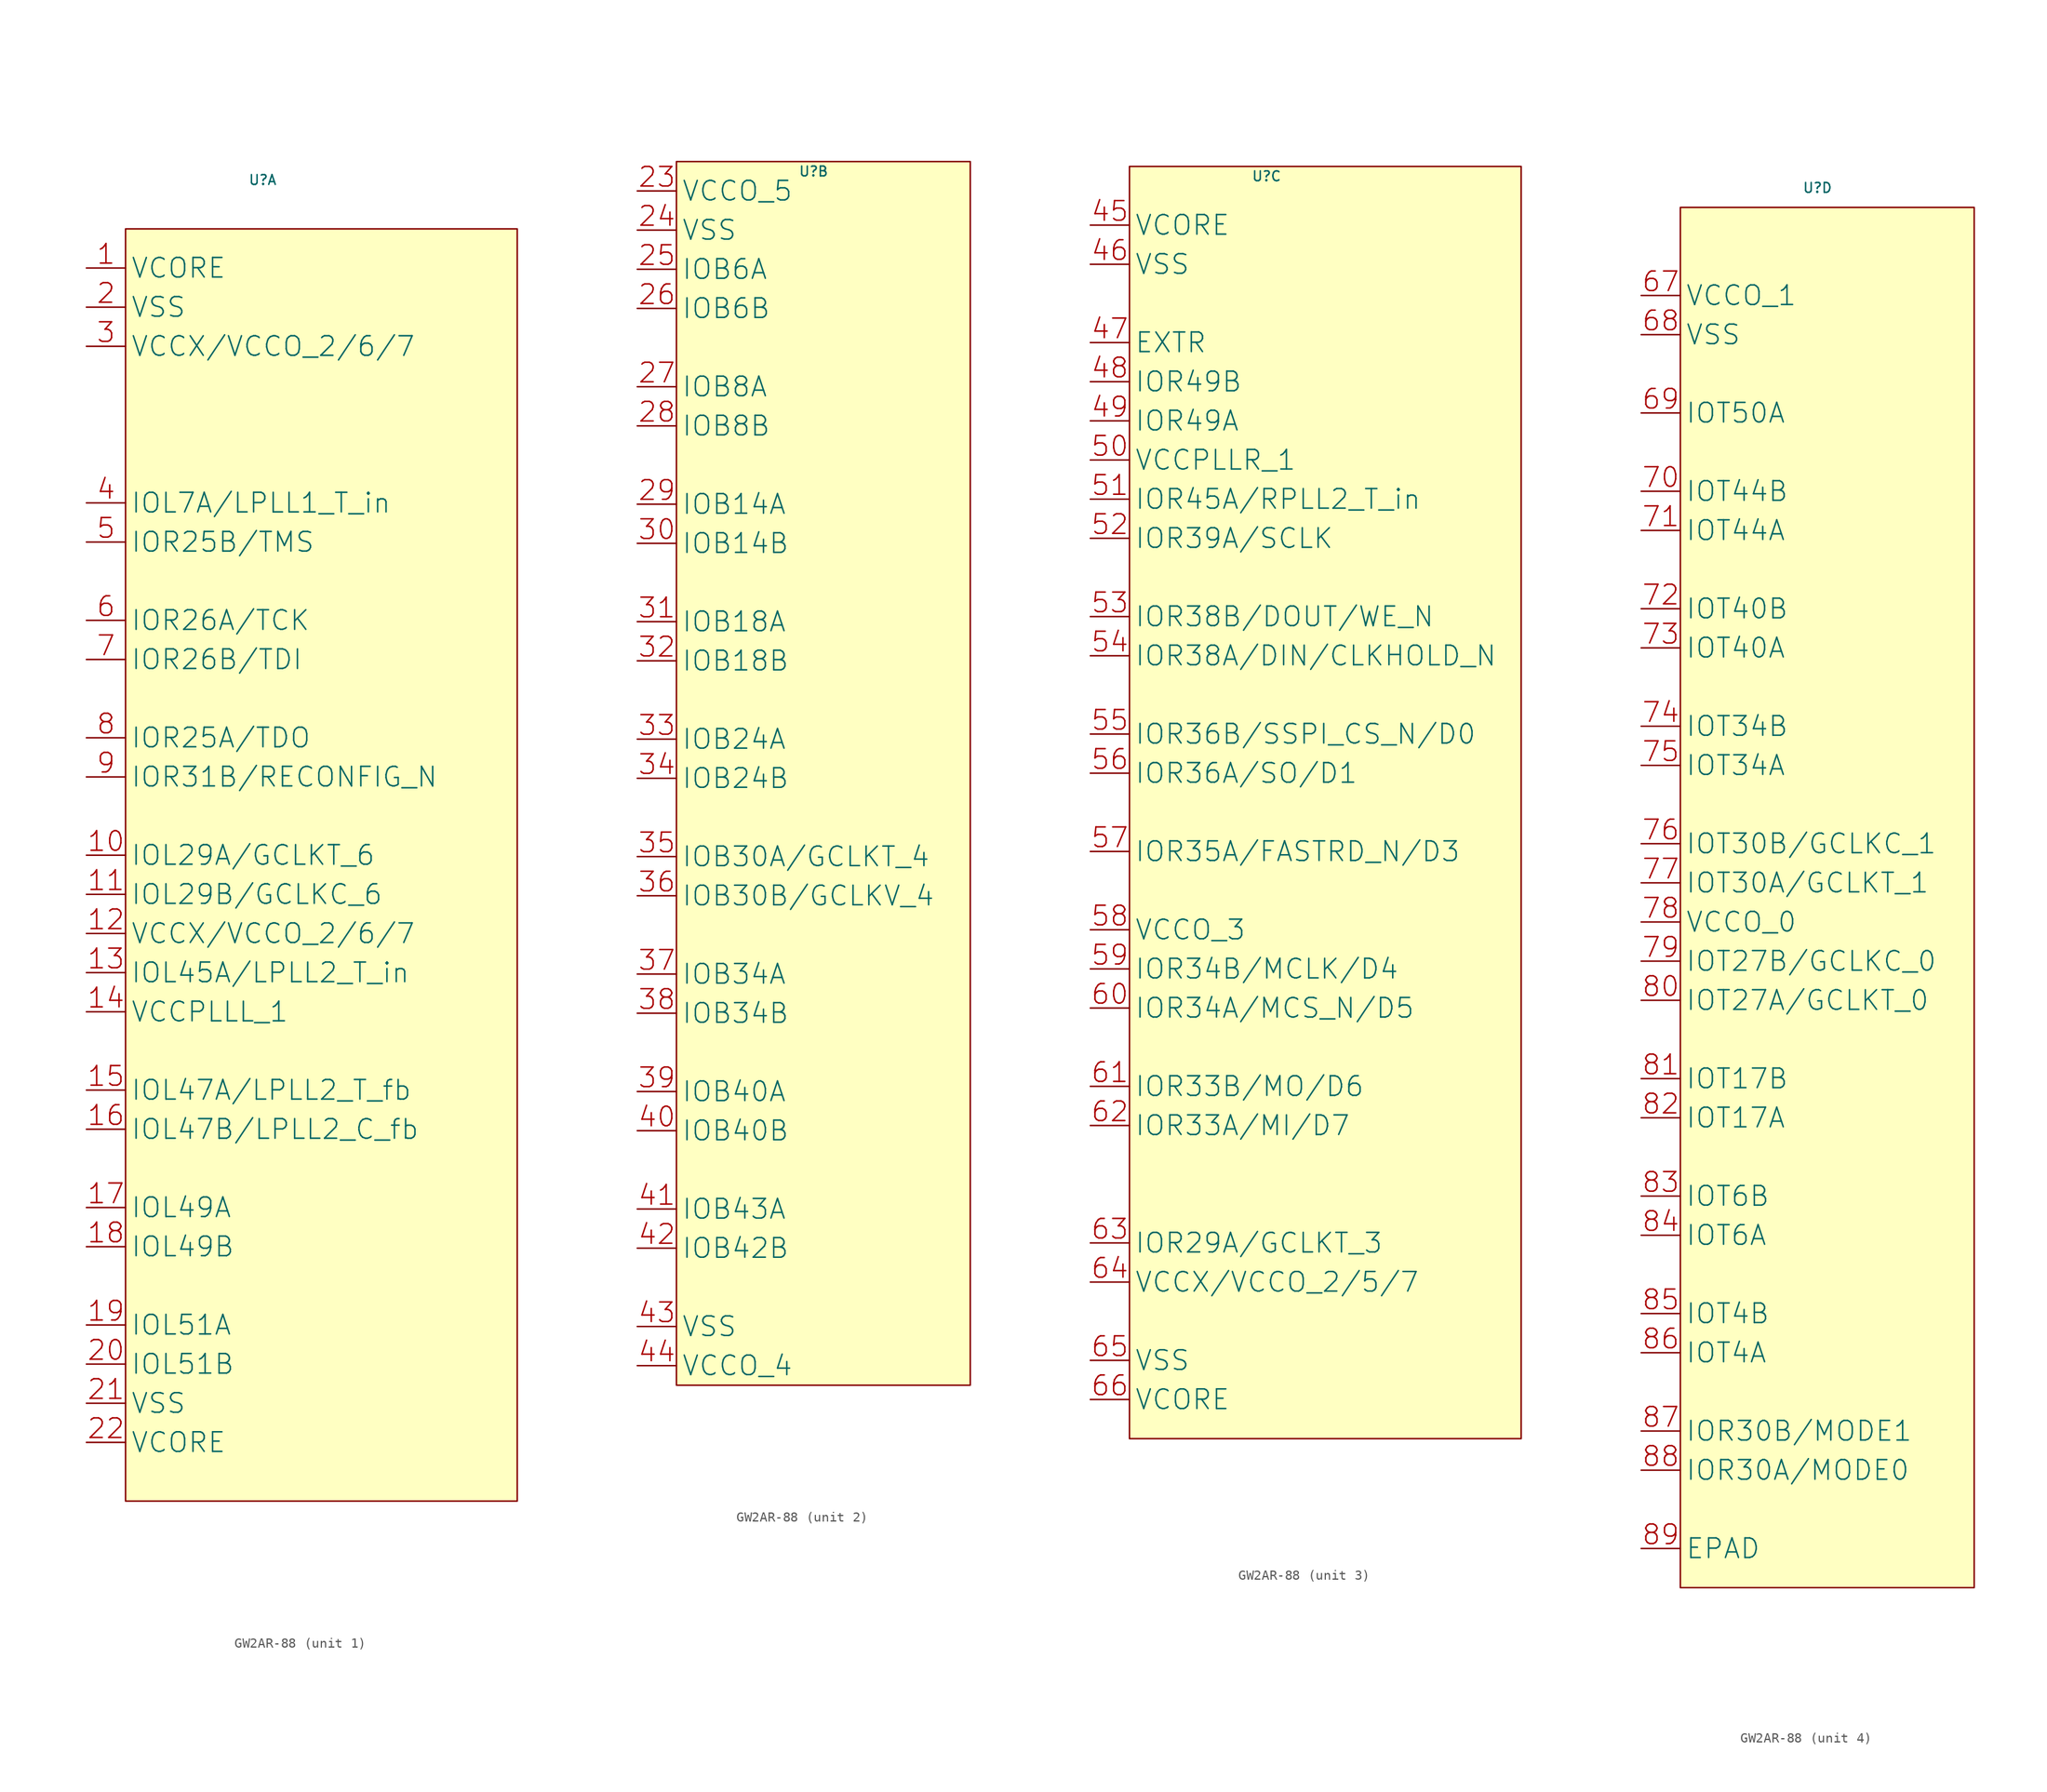
<source format=kicad_sym>
(kicad_symbol_lib
  (version 20231120)
  (generator "kicad_symbol_editor")
  (generator_version "8.0")
  (symbol "GW2AR-88"
    (pin_names
      (offset 0.5))
    (property "Reference" "U"
      (at 14 9 0)
      (effects (font (size 1 1))))
    (property "Value" ""
      (at 0 0 0)
      (effects (font (size 1 1))))
    (symbol "GW2AR-88_1_1"
      (rectangle (start 0 4) (end 40 -126) (stroke (width 0) (type default)) (fill (type background)))
      (pin power_in line (at -4 0 0) (length 4) (name "VCORE" (effects (font (size 2 2)))) (number "1" (effects (font (size 2 2)))))
      (pin bidirectional line (at -4 -60 0) (length 4) (name "IOL29A/GCLKT_6" (effects (font (size 2 2)))) (number "10" (effects (font (size 2 2)))))
      (pin bidirectional line (at -4 -64 0) (length 4) (name "IOL29B/GCLKC_6" (effects (font (size 2 2)))) (number "11" (effects (font (size 2 2)))))
      (pin power_in line (at -4 -68 0) (length 4) (name "VCCX/VCCO_2/6/7" (effects (font (size 2 2)))) (number "12" (effects (font (size 2 2)))))
      (pin bidirectional line (at -4 -72 0) (length 4) (name "IOL45A/LPLL2_T_in" (effects (font (size 2 2)))) (number "13" (effects (font (size 2 2)))))
      (pin power_in line (at -4 -76 0) (length 4) (name "VCCPLLL_1" (effects (font (size 2 2)))) (number "14" (effects (font (size 2 2)))))
      (pin bidirectional line (at -4 -84 0) (length 4) (name "IOL47A/LPLL2_T_fb" (effects (font (size 2 2)))) (number "15" (effects (font (size 2 2)))))
      (pin bidirectional line (at -4 -88 0) (length 4) (name "IOL47B/LPLL2_C_fb" (effects (font (size 2 2)))) (number "16" (effects (font (size 2 2)))))
      (pin bidirectional line (at -4 -96 0) (length 4) (name "IOL49A" (effects (font (size 2 2)))) (number "17" (effects (font (size 2 2)))))
      (pin bidirectional line (at -4 -100 0) (length 4) (name "IOL49B" (effects (font (size 2 2)))) (number "18" (effects (font (size 2 2)))))
      (pin bidirectional line (at -4 -108 0) (length 4) (name "IOL51A" (effects (font (size 2 2)))) (number "19" (effects (font (size 2 2)))))
      (pin power_in line (at -4 -4 0) (length 4) (name "VSS" (effects (font (size 2 2)))) (number "2" (effects (font (size 2 2)))))
      (pin bidirectional line (at -4 -112 0) (length 4) (name "IOL51B" (effects (font (size 2 2)))) (number "20" (effects (font (size 2 2)))))
      (pin bidirectional line (at -4 -116 0) (length 4) (name "VSS" (effects (font (size 2 2)))) (number "21" (effects (font (size 2 2)))))
      (pin bidirectional line (at -4 -120 0) (length 4) (name "VCORE" (effects (font (size 2 2)))) (number "22" (effects (font (size 2 2)))))
      (pin bidirectional line (at -4 -8 0) (length 4) (name "VCCX/VCCO_2/6/7" (effects (font (size 2 2)))) (number "3" (effects (font (size 2 2)))))
      (pin bidirectional line (at -4 -24 0) (length 4) (name "IOL7A/LPLL1_T_in" (effects (font (size 2 2)))) (number "4" (effects (font (size 2 2)))))
      (pin bidirectional line (at -4 -28 0) (length 4) (name "IOR25B/TMS" (effects (font (size 2 2)))) (number "5" (effects (font (size 2 2)))))
      (pin bidirectional line (at -4 -36 0) (length 4) (name "IOR26A/TCK" (effects (font (size 2 2)))) (number "6" (effects (font (size 2 2)))))
      (pin bidirectional line (at -4 -40 0) (length 4) (name "IOR26B/TDI" (effects (font (size 2 2)))) (number "7" (effects (font (size 2 2)))))
      (pin bidirectional line (at -4 -48 0) (length 4) (name "IOR25A/TDO" (effects (font (size 2 2)))) (number "8" (effects (font (size 2 2)))))
      (pin bidirectional line (at -4 -52 0) (length 4) (name "IOR31B/RECONFIG_N" (effects (font (size 2 2)))) (number "9" (effects (font (size 2 2))))))
    (symbol "GW2AR-88_2_1"
      (rectangle (start 0 10) (end 30 -115) (stroke (width 0) (type default)) (fill (type background)))
      (pin power_in line (at -4 7 0) (length 4) (name "VCCO_5" (effects (font (size 2 2)))) (number "23" (effects (font (size 2 2)))))
      (pin power_in line (at -4 3 0) (length 4) (name "VSS" (effects (font (size 2 2)))) (number "24" (effects (font (size 2 2)))))
      (pin bidirectional line (at -4 -1 0) (length 4) (name "IOB6A" (effects (font (size 2 2)))) (number "25" (effects (font (size 2 2)))))
      (pin bidirectional line (at -4 -5 0) (length 4) (name "IOB6B" (effects (font (size 2 2)))) (number "26" (effects (font (size 2 2)))))
      (pin bidirectional line (at -4 -13 0) (length 4) (name "IOB8A" (effects (font (size 2 2)))) (number "27" (effects (font (size 2 2)))))
      (pin bidirectional line (at -4 -17 0) (length 4) (name "IOB8B" (effects (font (size 2 2)))) (number "28" (effects (font (size 2 2)))))
      (pin bidirectional line (at -4 -25 0) (length 4) (name "IOB14A" (effects (font (size 2 2)))) (number "29" (effects (font (size 2 2)))))
      (pin bidirectional line (at -4 -29 0) (length 4) (name "IOB14B" (effects (font (size 2 2)))) (number "30" (effects (font (size 2 2)))))
      (pin bidirectional line (at -4 -37 0) (length 4) (name "IOB18A" (effects (font (size 2 2)))) (number "31" (effects (font (size 2 2)))))
      (pin bidirectional line (at -4 -41 0) (length 4) (name "IOB18B" (effects (font (size 2 2)))) (number "32" (effects (font (size 2 2)))))
      (pin bidirectional line (at -4 -49 0) (length 4) (name "IOB24A" (effects (font (size 2 2)))) (number "33" (effects (font (size 2 2)))))
      (pin bidirectional line (at -4 -53 0) (length 4) (name "IOB24B" (effects (font (size 2 2)))) (number "34" (effects (font (size 2 2)))))
      (pin bidirectional line (at -4 -61 0) (length 4) (name "IOB30A/GCLKT_4" (effects (font (size 2 2)))) (number "35" (effects (font (size 2 2)))))
      (pin bidirectional line (at -4 -65 0) (length 4) (name "IOB30B/GCLKV_4" (effects (font (size 2 2)))) (number "36" (effects (font (size 2 2)))))
      (pin bidirectional line (at -4 -73 0) (length 4) (name "IOB34A" (effects (font (size 2 2)))) (number "37" (effects (font (size 2 2)))))
      (pin bidirectional line (at -4 -77 0) (length 4) (name "IOB34B" (effects (font (size 2 2)))) (number "38" (effects (font (size 2 2)))))
      (pin bidirectional line (at -4 -85 0) (length 4) (name "IOB40A" (effects (font (size 2 2)))) (number "39" (effects (font (size 2 2)))))
      (pin bidirectional line (at -4 -89 0) (length 4) (name "IOB40B" (effects (font (size 2 2)))) (number "40" (effects (font (size 2 2)))))
      (pin bidirectional line (at -4 -97 0) (length 4) (name "IOB43A" (effects (font (size 2 2)))) (number "41" (effects (font (size 2 2)))))
      (pin bidirectional line (at -4 -101 0) (length 4) (name "IOB42B" (effects (font (size 2 2)))) (number "42" (effects (font (size 2 2)))))
      (pin power_in line (at -4 -109 0) (length 4) (name "VSS" (effects (font (size 2 2)))) (number "43" (effects (font (size 2 2)))))
      (pin power_in line (at -4 -113 0) (length 4) (name "VCCO_4" (effects (font (size 2 2)))) (number "44" (effects (font (size 2 2))))))
    (symbol "GW2AR-88_3_1"
      (rectangle (start 0 10) (end 40 -120) (stroke (width 0) (type default)) (fill (type background)))
      (pin power_in line (at -4 4 0) (length 4) (name "VCORE" (effects (font (size 2 2)))) (number "45" (effects (font (size 2 2)))))
      (pin power_in line (at -4 0 0) (length 4) (name "VSS" (effects (font (size 2 2)))) (number "46" (effects (font (size 2 2)))))
      (pin bidirectional line (at -4 -8 0) (length 4) (name "EXTR" (effects (font (size 2 2)))) (number "47" (effects (font (size 2 2)))))
      (pin bidirectional line (at -4 -12 0) (length 4) (name "IOR49B" (effects (font (size 2 2)))) (number "48" (effects (font (size 2 2)))))
      (pin bidirectional line (at -4 -16 0) (length 4) (name "IOR49A" (effects (font (size 2 2)))) (number "49" (effects (font (size 2 2)))))
      (pin power_in line (at -4 -20 0) (length 4) (name "VCCPLLR_1" (effects (font (size 2 2)))) (number "50" (effects (font (size 2 2)))))
      (pin bidirectional line (at -4 -24 0) (length 4) (name "IOR45A/RPLL2_T_in" (effects (font (size 2 2)))) (number "51" (effects (font (size 2 2)))))
      (pin bidirectional line (at -4 -28 0) (length 4) (name "IOR39A/SCLK" (effects (font (size 2 2)))) (number "52" (effects (font (size 2 2)))))
      (pin bidirectional line (at -4 -36 0) (length 4) (name "IOR38B/DOUT/WE_N" (effects (font (size 2 2)))) (number "53" (effects (font (size 2 2)))))
      (pin bidirectional line (at -4 -40 0) (length 4) (name "IOR38A/DIN/CLKHOLD_N" (effects (font (size 2 2)))) (number "54" (effects (font (size 2 2)))))
      (pin bidirectional line (at -4 -48 0) (length 4) (name "IOR36B/SSPI_CS_N/D0" (effects (font (size 2 2)))) (number "55" (effects (font (size 2 2)))))
      (pin bidirectional line (at -4 -52 0) (length 4) (name "IOR36A/SO/D1" (effects (font (size 2 2)))) (number "56" (effects (font (size 2 2)))))
      (pin bidirectional line (at -4 -60 0) (length 4) (name "IOR35A/FASTRD_N/D3" (effects (font (size 2 2)))) (number "57" (effects (font (size 2 2)))))
      (pin power_in line (at -4 -68 0) (length 4) (name "VCCO_3" (effects (font (size 2 2)))) (number "58" (effects (font (size 2 2)))))
      (pin bidirectional line (at -4 -72 0) (length 4) (name "IOR34B/MCLK/D4" (effects (font (size 2 2)))) (number "59" (effects (font (size 2 2)))))
      (pin bidirectional line (at -4 -76 0) (length 4) (name "IOR34A/MCS_N/D5" (effects (font (size 2 2)))) (number "60" (effects (font (size 2 2)))))
      (pin bidirectional line (at -4 -84 0) (length 4) (name "IOR33B/MO/D6" (effects (font (size 2 2)))) (number "61" (effects (font (size 2 2)))))
      (pin bidirectional line (at -4 -88 0) (length 4) (name "IOR33A/MI/D7" (effects (font (size 2 2)))) (number "62" (effects (font (size 2 2)))))
      (pin bidirectional line (at -4 -100 0) (length 4) (name "IOR29A/GCLKT_3" (effects (font (size 2 2)))) (number "63" (effects (font (size 2 2)))))
      (pin bidirectional line (at -4 -104 0) (length 4) (name "VCCX/VCCO_2/5/7" (effects (font (size 2 2)))) (number "64" (effects (font (size 2 2)))))
      (pin power_in line (at -4 -112 0) (length 4) (name "VSS" (effects (font (size 2 2)))) (number "65" (effects (font (size 2 2)))))
      (pin power_in line (at -4 -116 0) (length 4) (name "VCORE" (effects (font (size 2 2)))) (number "66" (effects (font (size 2 2))))))
    (symbol "GW2AR-88_4_1"
      (rectangle (start 0 7) (end 30 -134) (stroke (width 0) (type default)) (fill (type background)))
      (pin power_in line (at -4 -2 0) (length 4) (name "VCCO_1" (effects (font (size 2 2)))) (number "67" (effects (font (size 2 2)))))
      (pin power_in line (at -4 -6 0) (length 4) (name "VSS" (effects (font (size 2 2)))) (number "68" (effects (font (size 2 2)))))
      (pin bidirectional line (at -4 -14 0) (length 4) (name "IOT50A" (effects (font (size 2 2)))) (number "69" (effects (font (size 2 2)))))
      (pin bidirectional line (at -4 -22 0) (length 4) (name "IOT44B" (effects (font (size 2 2)))) (number "70" (effects (font (size 2 2)))))
      (pin bidirectional line (at -4 -26 0) (length 4) (name "IOT44A" (effects (font (size 2 2)))) (number "71" (effects (font (size 2 2)))))
      (pin bidirectional line (at -4 -34 0) (length 4) (name "IOT40B" (effects (font (size 2 2)))) (number "72" (effects (font (size 2 2)))))
      (pin bidirectional line (at -4 -38 0) (length 4) (name "IOT40A" (effects (font (size 2 2)))) (number "73" (effects (font (size 2 2)))))
      (pin bidirectional line (at -4 -46 0) (length 4) (name "IOT34B" (effects (font (size 2 2)))) (number "74" (effects (font (size 2 2)))))
      (pin bidirectional line (at -4 -50 0) (length 4) (name "IOT34A" (effects (font (size 2 2)))) (number "75" (effects (font (size 2 2)))))
      (pin bidirectional line (at -4 -58 0) (length 4) (name "IOT30B/GCLKC_1" (effects (font (size 2 2)))) (number "76" (effects (font (size 2 2)))))
      (pin bidirectional line (at -4 -62 0) (length 4) (name "IOT30A/GCLKT_1" (effects (font (size 2 2)))) (number "77" (effects (font (size 2 2)))))
      (pin power_in line (at -4 -66 0) (length 4) (name "VCCO_0" (effects (font (size 2 2)))) (number "78" (effects (font (size 2 2)))))
      (pin bidirectional line (at -4 -70 0) (length 4) (name "IOT27B/GCLKC_0" (effects (font (size 2 2)))) (number "79" (effects (font (size 2 2)))))
      (pin bidirectional line (at -4 -74 0) (length 4) (name "IOT27A/GCLKT_0" (effects (font (size 2 2)))) (number "80" (effects (font (size 2 2)))))
      (pin bidirectional line (at -4 -82 0) (length 4) (name "IOT17B" (effects (font (size 2 2)))) (number "81" (effects (font (size 2 2)))))
      (pin bidirectional line (at -4 -86 0) (length 4) (name "IOT17A" (effects (font (size 2 2)))) (number "82" (effects (font (size 2 2)))))
      (pin bidirectional line (at -4 -94 0) (length 4) (name "IOT6B" (effects (font (size 2 2)))) (number "83" (effects (font (size 2 2)))))
      (pin bidirectional line (at -4 -98 0) (length 4) (name "IOT6A" (effects (font (size 2 2)))) (number "84" (effects (font (size 2 2)))))
      (pin bidirectional line (at -4 -106 0) (length 4) (name "IOT4B" (effects (font (size 2 2)))) (number "85" (effects (font (size 2 2)))))
      (pin bidirectional line (at -4 -110 0) (length 4) (name "IOT4A" (effects (font (size 2 2)))) (number "86" (effects (font (size 2 2)))))
      (pin bidirectional line (at -4 -118 0) (length 4) (name "IOR30B/MODE1" (effects (font (size 2 2)))) (number "87" (effects (font (size 2 2)))))
      (pin bidirectional line (at -4 -122 0) (length 4) (name "IOR30A/MODE0" (effects (font (size 2 2)))) (number "88" (effects (font (size 2 2)))))
      (pin power_in line (at -4 -130 0) (length 4) (name "EPAD" (effects (font (size 2 2)))) (number "89" (effects (font (size 2 2))))))))
</source>
